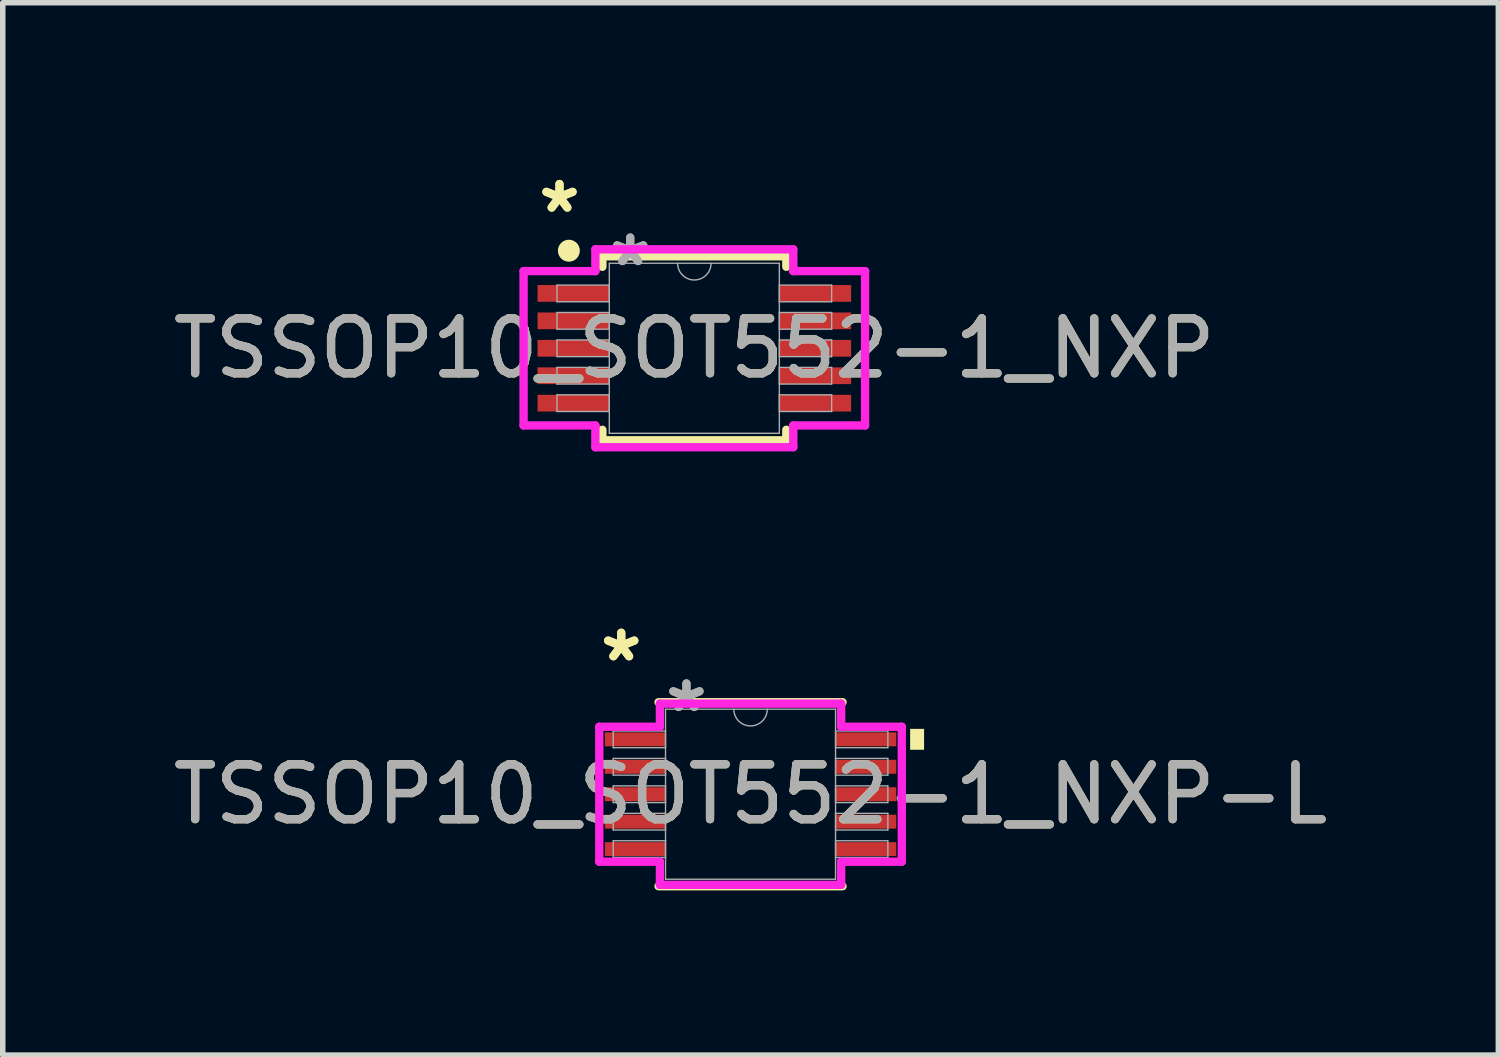
<source format=kicad_pcb>
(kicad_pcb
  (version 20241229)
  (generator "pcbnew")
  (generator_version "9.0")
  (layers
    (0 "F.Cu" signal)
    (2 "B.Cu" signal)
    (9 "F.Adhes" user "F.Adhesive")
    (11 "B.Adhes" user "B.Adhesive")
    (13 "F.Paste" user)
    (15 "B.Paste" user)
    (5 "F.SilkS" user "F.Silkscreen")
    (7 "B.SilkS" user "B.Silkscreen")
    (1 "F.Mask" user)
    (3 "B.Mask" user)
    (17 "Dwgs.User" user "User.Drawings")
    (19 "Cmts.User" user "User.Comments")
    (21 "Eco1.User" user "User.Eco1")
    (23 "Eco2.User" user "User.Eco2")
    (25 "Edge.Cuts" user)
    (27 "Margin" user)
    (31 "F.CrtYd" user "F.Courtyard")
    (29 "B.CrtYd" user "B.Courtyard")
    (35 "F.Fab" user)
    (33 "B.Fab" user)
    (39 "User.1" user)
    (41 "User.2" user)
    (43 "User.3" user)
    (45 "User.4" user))
  (footprint "TSSOP10_SOT552-1_NXP-L"
    (layer "F.Cu")
    (at 10.625 11.421)
    (property "Reference" "TSSOP10_SOT552-1_NXP-L" (at 0 0 0) (unlocked yes) (layer "F.SilkS") (effects (font (size 1 1) (thickness 0.15))))
    (attr smd)
    (fp_line (start -1.676 1.676) (end 1.676 1.676) (stroke (width 0.152) (type solid)) (layer "F.SilkS"))
    (fp_line (start 1.676 -1.676) (end -1.676 -1.676) (stroke (width 0.152) (type solid)) (layer "F.SilkS"))
    (fp_poly (pts (xy 3.162 -1.191) (xy 3.162 -0.81) (xy 2.908 -0.81) (xy 2.908 -1.191)) (stroke (width 0) (type solid)) (fill yes) (layer "F.SilkS"))
    (fp_line (start -2.756 -1.229) (end -1.651 -1.229) (stroke (width 0.152) (type solid)) (layer "F.CrtYd"))
    (fp_line (start -2.756 1.229) (end -2.756 -1.229) (stroke (width 0.152) (type solid)) (layer "F.CrtYd"))
    (fp_line (start -2.756 1.229) (end -1.651 1.229) (stroke (width 0.152) (type solid)) (layer "F.CrtYd"))
    (fp_line (start -1.651 -1.651) (end 1.651 -1.651) (stroke (width 0.152) (type solid)) (layer "F.CrtYd"))
    (fp_line (start -1.651 -1.229) (end -1.651 -1.651) (stroke (width 0.152) (type solid)) (layer "F.CrtYd"))
    (fp_line (start -1.651 1.651) (end -1.651 1.229) (stroke (width 0.152) (type solid)) (layer "F.CrtYd"))
    (fp_line (start 1.651 -1.651) (end 1.651 -1.229) (stroke (width 0.152) (type solid)) (layer "F.CrtYd"))
    (fp_line (start 1.651 1.229) (end 1.651 1.651) (stroke (width 0.152) (type solid)) (layer "F.CrtYd"))
    (fp_line (start 1.651 1.651) (end -1.651 1.651) (stroke (width 0.152) (type solid)) (layer "F.CrtYd"))
    (fp_line (start 2.756 -1.229) (end 1.651 -1.229) (stroke (width 0.152) (type solid)) (layer "F.CrtYd"))
    (fp_line (start 2.756 -1.229) (end 2.756 1.229) (stroke (width 0.152) (type solid)) (layer "F.CrtYd"))
    (fp_line (start 2.756 1.229) (end 1.651 1.229) (stroke (width 0.152) (type solid)) (layer "F.CrtYd"))
    (fp_line (start -2.502 -1.152) (end -2.502 -0.848) (stroke (width 0.025) (type solid)) (layer "F.Fab"))
    (fp_line (start -2.502 -0.848) (end -1.549 -0.848) (stroke (width 0.025) (type solid)) (layer "F.Fab"))
    (fp_line (start -2.502 -0.652) (end -2.502 -0.348) (stroke (width 0.025) (type solid)) (layer "F.Fab"))
    (fp_line (start -2.502 -0.348) (end -1.549 -0.348) (stroke (width 0.025) (type solid)) (layer "F.Fab"))
    (fp_line (start -2.502 -0.152) (end -2.502 0.152) (stroke (width 0.025) (type solid)) (layer "F.Fab"))
    (fp_line (start -2.502 0.152) (end -1.549 0.152) (stroke (width 0.025) (type solid)) (layer "F.Fab"))
    (fp_line (start -2.502 0.348) (end -2.502 0.652) (stroke (width 0.025) (type solid)) (layer "F.Fab"))
    (fp_line (start -2.502 0.652) (end -1.549 0.652) (stroke (width 0.025) (type solid)) (layer "F.Fab"))
    (fp_line (start -2.502 0.848) (end -2.502 1.152) (stroke (width 0.025) (type solid)) (layer "F.Fab"))
    (fp_line (start -2.502 1.152) (end -1.549 1.152) (stroke (width 0.025) (type solid)) (layer "F.Fab"))
    (fp_line (start -1.549 -1.549) (end -1.549 1.549) (stroke (width 0.025) (type solid)) (layer "F.Fab"))
    (fp_line (start -1.549 -1.152) (end -2.502 -1.152) (stroke (width 0.025) (type solid)) (layer "F.Fab"))
    (fp_line (start -1.549 -0.848) (end -1.549 -1.152) (stroke (width 0.025) (type solid)) (layer "F.Fab"))
    (fp_line (start -1.549 -0.652) (end -2.502 -0.652) (stroke (width 0.025) (type solid)) (layer "F.Fab"))
    (fp_line (start -1.549 -0.348) (end -1.549 -0.652) (stroke (width 0.025) (type solid)) (layer "F.Fab"))
    (fp_line (start -1.549 -0.152) (end -2.502 -0.152) (stroke (width 0.025) (type solid)) (layer "F.Fab"))
    (fp_line (start -1.549 0.152) (end -1.549 -0.152) (stroke (width 0.025) (type solid)) (layer "F.Fab"))
    (fp_line (start -1.549 0.348) (end -2.502 0.348) (stroke (width 0.025) (type solid)) (layer "F.Fab"))
    (fp_line (start -1.549 0.652) (end -1.549 0.348) (stroke (width 0.025) (type solid)) (layer "F.Fab"))
    (fp_line (start -1.549 0.848) (end -2.502 0.848) (stroke (width 0.025) (type solid)) (layer "F.Fab"))
    (fp_line (start -1.549 1.152) (end -1.549 0.848) (stroke (width 0.025) (type solid)) (layer "F.Fab"))
    (fp_line (start -1.549 1.549) (end 1.549 1.549) (stroke (width 0.025) (type solid)) (layer "F.Fab"))
    (fp_line (start 1.549 -1.549) (end -1.549 -1.549) (stroke (width 0.025) (type solid)) (layer "F.Fab"))
    (fp_line (start 1.549 -1.152) (end 1.549 -0.848) (stroke (width 0.025) (type solid)) (layer "F.Fab"))
    (fp_line (start 1.549 -0.848) (end 2.502 -0.848) (stroke (width 0.025) (type solid)) (layer "F.Fab"))
    (fp_line (start 1.549 -0.652) (end 1.549 -0.348) (stroke (width 0.025) (type solid)) (layer "F.Fab"))
    (fp_line (start 1.549 -0.348) (end 2.502 -0.348) (stroke (width 0.025) (type solid)) (layer "F.Fab"))
    (fp_line (start 1.549 -0.152) (end 1.549 0.152) (stroke (width 0.025) (type solid)) (layer "F.Fab"))
    (fp_line (start 1.549 0.152) (end 2.502 0.152) (stroke (width 0.025) (type solid)) (layer "F.Fab"))
    (fp_line (start 1.549 0.348) (end 1.549 0.652) (stroke (width 0.025) (type solid)) (layer "F.Fab"))
    (fp_line (start 1.549 0.652) (end 2.502 0.652) (stroke (width 0.025) (type solid)) (layer "F.Fab"))
    (fp_line (start 1.549 0.848) (end 1.549 1.152) (stroke (width 0.025) (type solid)) (layer "F.Fab"))
    (fp_line (start 1.549 1.152) (end 2.502 1.152) (stroke (width 0.025) (type solid)) (layer "F.Fab"))
    (fp_line (start 1.549 1.549) (end 1.549 -1.549) (stroke (width 0.025) (type solid)) (layer "F.Fab"))
    (fp_line (start 2.502 -1.152) (end 1.549 -1.152) (stroke (width 0.025) (type solid)) (layer "F.Fab"))
    (fp_line (start 2.502 -0.848) (end 2.502 -1.152) (stroke (width 0.025) (type solid)) (layer "F.Fab"))
    (fp_line (start 2.502 -0.652) (end 1.549 -0.652) (stroke (width 0.025) (type solid)) (layer "F.Fab"))
    (fp_line (start 2.502 -0.348) (end 2.502 -0.652) (stroke (width 0.025) (type solid)) (layer "F.Fab"))
    (fp_line (start 2.502 -0.152) (end 1.549 -0.152) (stroke (width 0.025) (type solid)) (layer "F.Fab"))
    (fp_line (start 2.502 0.152) (end 2.502 -0.152) (stroke (width 0.025) (type solid)) (layer "F.Fab"))
    (fp_line (start 2.502 0.348) (end 1.549 0.348) (stroke (width 0.025) (type solid)) (layer "F.Fab"))
    (fp_line (start 2.502 0.652) (end 2.502 0.348) (stroke (width 0.025) (type solid)) (layer "F.Fab"))
    (fp_line (start 2.502 0.848) (end 1.549 0.848) (stroke (width 0.025) (type solid)) (layer "F.Fab"))
    (fp_line (start 2.502 1.152) (end 2.502 0.848) (stroke (width 0.025) (type solid)) (layer "F.Fab"))
    (fp_arc (start 0.3048 -1.5494) (mid 0 -1.2446) (end -0.3048 -1.5494) (stroke (width 0.0254) (type solid)) (layer "F.Fab"))
    (fp_text user "*" (at -2.356 -2.397 0) (unlocked yes) (layer "F.SilkS") (effects (font (size 1 1) (thickness 0.15))))
    (fp_text user "*" (at -2.356 -2.397 0) (layer "F.SilkS") (effects (font (size 1 1) (thickness 0.15))))
    (fp_text user "${REFERENCE}" (at 0 0 0) (unlocked yes) (layer "F.Fab") (effects (font (size 1 1) (thickness 0.15))))
    (fp_text user "*" (at -1.168 -1.473 0) (unlocked yes) (layer "F.Fab") (effects (font (size 1 1) (thickness 0.15))))
    (fp_text user "*" (at -1.168 -1.473 0) (layer "F.Fab") (effects (font (size 1 1) (thickness 0.15))))
    (pad "1" smd rect (at -2.102 -1) (size 1.105 0.254) (layers "F.Cu" "F.Mask" "F.Paste"))
    (pad "2" smd rect (at -2.102 -0.5) (size 1.105 0.254) (layers "F.Cu" "F.Mask" "F.Paste"))
    (pad "3" smd rect (at -2.102 0) (size 1.105 0.254) (layers "F.Cu" "F.Mask" "F.Paste"))
    (pad "4" smd rect (at -2.102 0.5) (size 1.105 0.254) (layers "F.Cu" "F.Mask" "F.Paste"))
    (pad "5" smd rect (at -2.102 1) (size 1.105 0.254) (layers "F.Cu" "F.Mask" "F.Paste"))
    (pad "6" smd rect (at 2.102 1) (size 1.105 0.254) (layers "F.Cu" "F.Mask" "F.Paste"))
    (pad "7" smd rect (at 2.102 0.5) (size 1.105 0.254) (layers "F.Cu" "F.Mask" "F.Paste"))
    (pad "8" smd rect (at 2.102 0) (size 1.105 0.254) (layers "F.Cu" "F.Mask" "F.Paste"))
    (pad "9" smd rect (at 2.102 -0.5) (size 1.105 0.254) (layers "F.Cu" "F.Mask" "F.Paste"))
    (pad "10" smd rect (at 2.102 -1) (size 1.105 0.254) (layers "F.Cu" "F.Mask" "F.Paste")))
  (footprint "TSSOP10_SOT552-1_NXP"
    (layer "F.Cu")
    (at 9.601 3.296)
    (property "Reference" "TSSOP10_SOT552-1_NXP" (at 0 0 0) (unlocked yes) (layer "F.SilkS") (effects (font (size 1 1) (thickness 0.15))))
    (attr smd)
    (fp_line (start -1.676 -1.676) (end -1.676 -1.485) (stroke (width 0.152) (type solid)) (layer "F.SilkS"))
    (fp_line (start -1.676 1.485) (end -1.676 1.676) (stroke (width 0.152) (type solid)) (layer "F.SilkS"))
    (fp_line (start -1.676 1.676) (end 1.676 1.676) (stroke (width 0.152) (type solid)) (layer "F.SilkS"))
    (fp_line (start 1.676 -1.676) (end -1.676 -1.676) (stroke (width 0.152) (type solid)) (layer "F.SilkS"))
    (fp_line (start 1.676 -1.485) (end 1.676 -1.676) (stroke (width 0.152) (type solid)) (layer "F.SilkS"))
    (fp_line (start 1.676 1.676) (end 1.676 1.485) (stroke (width 0.152) (type solid)) (layer "F.SilkS"))
    (fp_circle (center -2.286 -1.778) (end -2.186 -1.778) (stroke (width 0.2) (type solid)) (fill no) (layer "F.SilkS"))
    (fp_line (start -3.111 -1.406) (end -1.803 -1.406) (stroke (width 0.152) (type solid)) (layer "F.CrtYd"))
    (fp_line (start -3.111 1.406) (end -3.111 -1.406) (stroke (width 0.152) (type solid)) (layer "F.CrtYd"))
    (fp_line (start -3.111 1.406) (end -1.803 1.406) (stroke (width 0.152) (type solid)) (layer "F.CrtYd"))
    (fp_line (start -1.803 -1.803) (end 1.803 -1.803) (stroke (width 0.152) (type solid)) (layer "F.CrtYd"))
    (fp_line (start -1.803 -1.406) (end -1.803 -1.803) (stroke (width 0.152) (type solid)) (layer "F.CrtYd"))
    (fp_line (start -1.803 1.803) (end -1.803 1.406) (stroke (width 0.152) (type solid)) (layer "F.CrtYd"))
    (fp_line (start 1.803 -1.803) (end 1.803 -1.406) (stroke (width 0.152) (type solid)) (layer "F.CrtYd"))
    (fp_line (start 1.803 1.406) (end 1.803 1.803) (stroke (width 0.152) (type solid)) (layer "F.CrtYd"))
    (fp_line (start 1.803 1.803) (end -1.803 1.803) (stroke (width 0.152) (type solid)) (layer "F.CrtYd"))
    (fp_line (start 3.111 -1.406) (end 1.803 -1.406) (stroke (width 0.152) (type solid)) (layer "F.CrtYd"))
    (fp_line (start 3.111 -1.406) (end 3.111 1.406) (stroke (width 0.152) (type solid)) (layer "F.CrtYd"))
    (fp_line (start 3.111 1.406) (end 1.803 1.406) (stroke (width 0.152) (type solid)) (layer "F.CrtYd"))
    (fp_line (start -2.502 -1.152) (end -2.502 -0.848) (stroke (width 0.025) (type solid)) (layer "F.Fab"))
    (fp_line (start -2.502 -0.848) (end -1.549 -0.848) (stroke (width 0.025) (type solid)) (layer "F.Fab"))
    (fp_line (start -2.502 -0.652) (end -2.502 -0.348) (stroke (width 0.025) (type solid)) (layer "F.Fab"))
    (fp_line (start -2.502 -0.348) (end -1.549 -0.348) (stroke (width 0.025) (type solid)) (layer "F.Fab"))
    (fp_line (start -2.502 -0.152) (end -2.502 0.152) (stroke (width 0.025) (type solid)) (layer "F.Fab"))
    (fp_line (start -2.502 0.152) (end -1.549 0.152) (stroke (width 0.025) (type solid)) (layer "F.Fab"))
    (fp_line (start -2.502 0.348) (end -2.502 0.652) (stroke (width 0.025) (type solid)) (layer "F.Fab"))
    (fp_line (start -2.502 0.652) (end -1.549 0.652) (stroke (width 0.025) (type solid)) (layer "F.Fab"))
    (fp_line (start -2.502 0.848) (end -2.502 1.152) (stroke (width 0.025) (type solid)) (layer "F.Fab"))
    (fp_line (start -2.502 1.152) (end -1.549 1.152) (stroke (width 0.025) (type solid)) (layer "F.Fab"))
    (fp_line (start -1.549 -1.549) (end -1.549 1.549) (stroke (width 0.025) (type solid)) (layer "F.Fab"))
    (fp_line (start -1.549 -1.152) (end -2.502 -1.152) (stroke (width 0.025) (type solid)) (layer "F.Fab"))
    (fp_line (start -1.549 -0.848) (end -1.549 -1.152) (stroke (width 0.025) (type solid)) (layer "F.Fab"))
    (fp_line (start -1.549 -0.652) (end -2.502 -0.652) (stroke (width 0.025) (type solid)) (layer "F.Fab"))
    (fp_line (start -1.549 -0.348) (end -1.549 -0.652) (stroke (width 0.025) (type solid)) (layer "F.Fab"))
    (fp_line (start -1.549 -0.152) (end -2.502 -0.152) (stroke (width 0.025) (type solid)) (layer "F.Fab"))
    (fp_line (start -1.549 0.152) (end -1.549 -0.152) (stroke (width 0.025) (type solid)) (layer "F.Fab"))
    (fp_line (start -1.549 0.348) (end -2.502 0.348) (stroke (width 0.025) (type solid)) (layer "F.Fab"))
    (fp_line (start -1.549 0.652) (end -1.549 0.348) (stroke (width 0.025) (type solid)) (layer "F.Fab"))
    (fp_line (start -1.549 0.848) (end -2.502 0.848) (stroke (width 0.025) (type solid)) (layer "F.Fab"))
    (fp_line (start -1.549 1.152) (end -1.549 0.848) (stroke (width 0.025) (type solid)) (layer "F.Fab"))
    (fp_line (start -1.549 1.549) (end 1.549 1.549) (stroke (width 0.025) (type solid)) (layer "F.Fab"))
    (fp_line (start 1.549 -1.549) (end -1.549 -1.549) (stroke (width 0.025) (type solid)) (layer "F.Fab"))
    (fp_line (start 1.549 -1.152) (end 1.549 -0.848) (stroke (width 0.025) (type solid)) (layer "F.Fab"))
    (fp_line (start 1.549 -0.848) (end 2.502 -0.848) (stroke (width 0.025) (type solid)) (layer "F.Fab"))
    (fp_line (start 1.549 -0.652) (end 1.549 -0.348) (stroke (width 0.025) (type solid)) (layer "F.Fab"))
    (fp_line (start 1.549 -0.348) (end 2.502 -0.348) (stroke (width 0.025) (type solid)) (layer "F.Fab"))
    (fp_line (start 1.549 -0.152) (end 1.549 0.152) (stroke (width 0.025) (type solid)) (layer "F.Fab"))
    (fp_line (start 1.549 0.152) (end 2.502 0.152) (stroke (width 0.025) (type solid)) (layer "F.Fab"))
    (fp_line (start 1.549 0.348) (end 1.549 0.652) (stroke (width 0.025) (type solid)) (layer "F.Fab"))
    (fp_line (start 1.549 0.652) (end 2.502 0.652) (stroke (width 0.025) (type solid)) (layer "F.Fab"))
    (fp_line (start 1.549 0.848) (end 1.549 1.152) (stroke (width 0.025) (type solid)) (layer "F.Fab"))
    (fp_line (start 1.549 1.152) (end 2.502 1.152) (stroke (width 0.025) (type solid)) (layer "F.Fab"))
    (fp_line (start 1.549 1.549) (end 1.549 -1.549) (stroke (width 0.025) (type solid)) (layer "F.Fab"))
    (fp_line (start 2.502 -1.152) (end 1.549 -1.152) (stroke (width 0.025) (type solid)) (layer "F.Fab"))
    (fp_line (start 2.502 -0.848) (end 2.502 -1.152) (stroke (width 0.025) (type solid)) (layer "F.Fab"))
    (fp_line (start 2.502 -0.652) (end 1.549 -0.652) (stroke (width 0.025) (type solid)) (layer "F.Fab"))
    (fp_line (start 2.502 -0.348) (end 2.502 -0.652) (stroke (width 0.025) (type solid)) (layer "F.Fab"))
    (fp_line (start 2.502 -0.152) (end 1.549 -0.152) (stroke (width 0.025) (type solid)) (layer "F.Fab"))
    (fp_line (start 2.502 0.152) (end 2.502 -0.152) (stroke (width 0.025) (type solid)) (layer "F.Fab"))
    (fp_line (start 2.502 0.348) (end 1.549 0.348) (stroke (width 0.025) (type solid)) (layer "F.Fab"))
    (fp_line (start 2.502 0.652) (end 2.502 0.348) (stroke (width 0.025) (type solid)) (layer "F.Fab"))
    (fp_line (start 2.502 0.848) (end 1.549 0.848) (stroke (width 0.025) (type solid)) (layer "F.Fab"))
    (fp_line (start 2.502 1.152) (end 2.502 0.848) (stroke (width 0.025) (type solid)) (layer "F.Fab"))
    (fp_arc (start 0.3048 -1.5494) (mid 0 -1.2446) (end -0.3048 -1.5494) (stroke (width 0.0254) (type solid)) (layer "F.Fab"))
    (fp_text user "*" (at -2.457 -2.448 0) (layer "F.SilkS") (effects (font (size 1 1) (thickness 0.15))))
    (fp_text user "*" (at -2.457 -2.448 0) (unlocked yes) (layer "F.SilkS") (effects (font (size 1 1) (thickness 0.15))))
    (fp_text user "*" (at -1.168 -1.473 0) (unlocked yes) (layer "F.Fab") (effects (font (size 1 1) (thickness 0.15))))
    (fp_text user "${REFERENCE}" (at 0 0 0) (unlocked yes) (layer "F.Fab") (effects (font (size 1 1) (thickness 0.15))))
    (fp_text user "*" (at -1.168 -1.473 0) (layer "F.Fab") (effects (font (size 1 1) (thickness 0.15))))
    (pad "1" smd rect (at -2.203 -1) (size 1.308 0.305) (layers "F.Cu" "F.Mask" "F.Paste"))
    (pad "2" smd rect (at -2.203 -0.5) (size 1.308 0.305) (layers "F.Cu" "F.Mask" "F.Paste"))
    (pad "3" smd rect (at -2.203 0) (size 1.308 0.305) (layers "F.Cu" "F.Mask" "F.Paste"))
    (pad "4" smd rect (at -2.203 0.5) (size 1.308 0.305) (layers "F.Cu" "F.Mask" "F.Paste"))
    (pad "5" smd rect (at -2.203 1) (size 1.308 0.305) (layers "F.Cu" "F.Mask" "F.Paste"))
    (pad "6" smd rect (at 2.203 1) (size 1.308 0.305) (layers "F.Cu" "F.Mask" "F.Paste"))
    (pad "7" smd rect (at 2.203 0.5) (size 1.308 0.305) (layers "F.Cu" "F.Mask" "F.Paste"))
    (pad "8" smd rect (at 2.203 0) (size 1.308 0.305) (layers "F.Cu" "F.Mask" "F.Paste"))
    (pad "9" smd rect (at 2.203 -0.5) (size 1.308 0.305) (layers "F.Cu" "F.Mask" "F.Paste"))
    (pad "10" smd rect (at 2.203 -1) (size 1.308 0.305) (layers "F.Cu" "F.Mask" "F.Paste")))
  (gr_rect
    (start -3 -3)
    (end 24.25 16.174)
    (stroke (width 0.1) (type default))
    (fill no)
    (layer "Edge.Cuts")))
</source>
